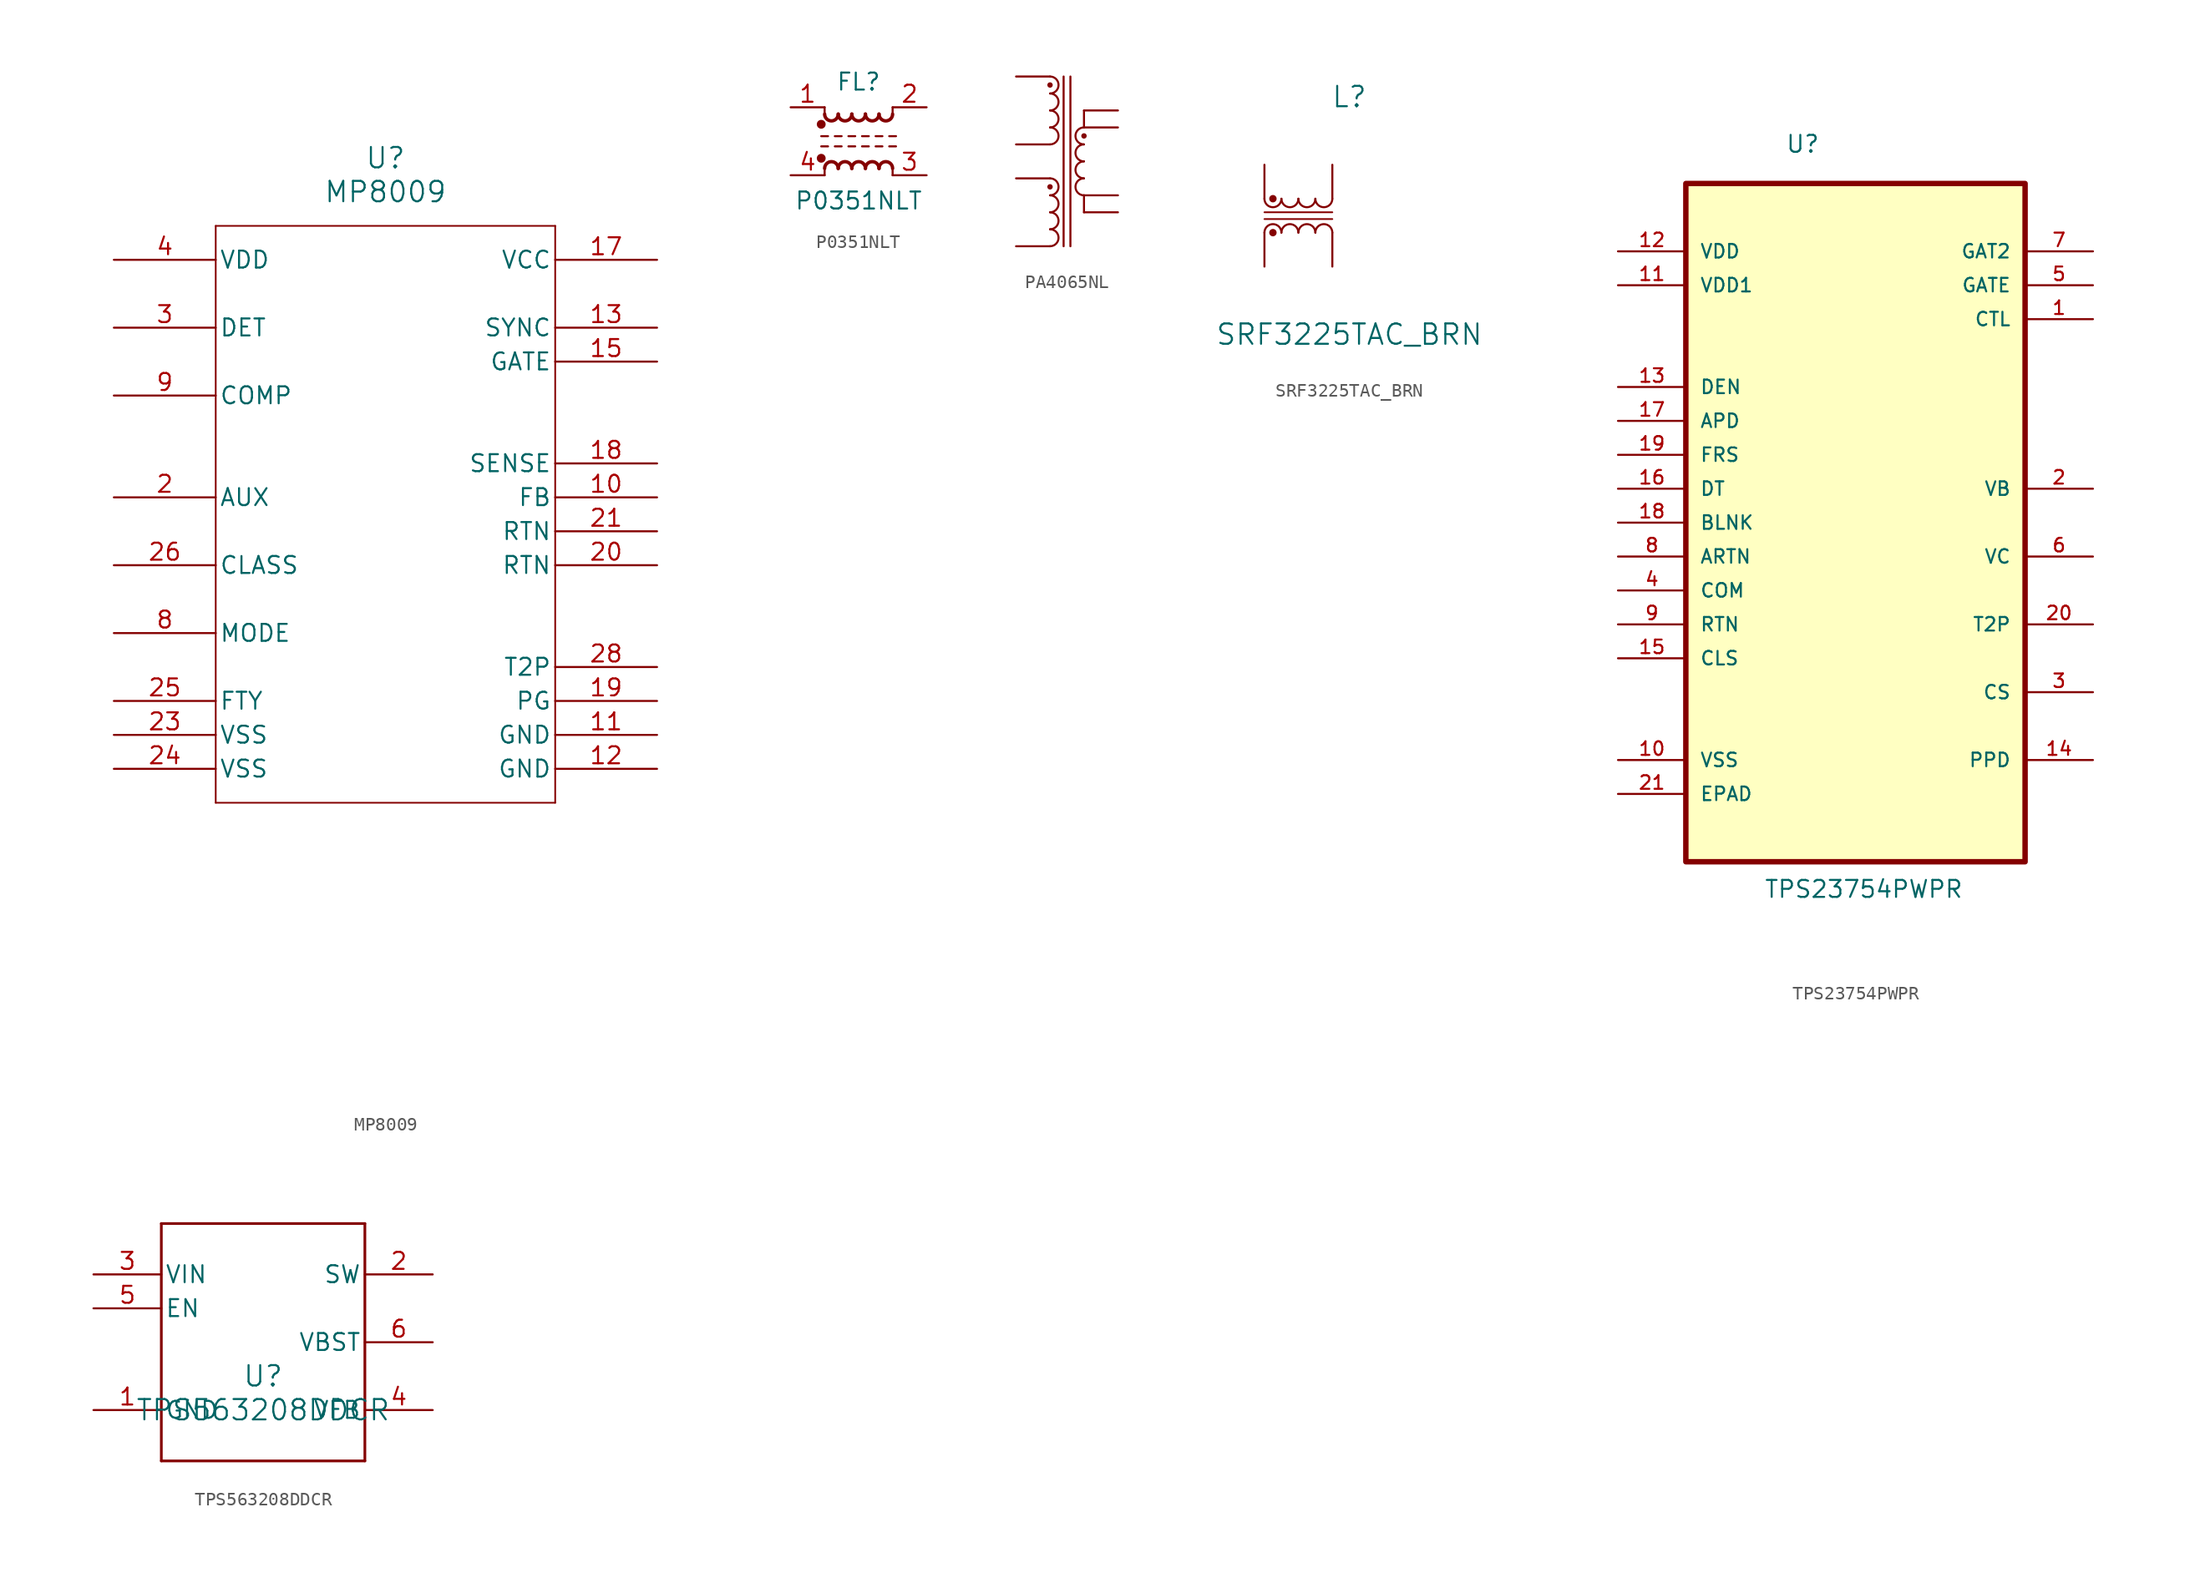
<source format=kicad_sym>
(kicad_symbol_lib
  (version 20241209)
  (generator "kicad_symbol_editor")
  (generator_version "9.0")
  (symbol "MP8009"
    (pin_names
      (offset 0.254))
    (property "Reference" "U"
      (at 20.32 10.16 0)
      (effects (font (size 1.524 1.524))))
    (property "Value" "MP8009"
      (at 20.32 7.62 0)
      (effects (font (size 1.524 1.524))))
    (symbol "MP8009_0_1"
      (polyline (pts (xy 7.62 5.08) (xy 7.62 -38.1)) (stroke (width 0.127) (type default)) (fill (type none)))
      (polyline (pts (xy 7.62 -38.1) (xy 33.02 -38.1)) (stroke (width 0.127) (type default)) (fill (type none)))
      (polyline (pts (xy 33.02 5.08) (xy 7.62 5.08)) (stroke (width 0.127) (type default)) (fill (type none)))
      (polyline (pts (xy 33.02 -38.1) (xy 33.02 5.08)) (stroke (width 0.127) (type default)) (fill (type none)))
      (pin power_in line (at 0 2.54 0) (length 7.62) (name "VDD" (effects (font (size 1.27 1.27)))) (number "4" (effects (font (size 1.27 1.27)))))
      (pin unspecified line (at 0 -2.54 0) (length 7.62) (name "DET" (effects (font (size 1.27 1.27)))) (number "3" (effects (font (size 1.27 1.27)))))
      (pin output line (at 0 -7.62 0) (length 7.62) (name "COMP" (effects (font (size 1.27 1.27)))) (number "9" (effects (font (size 1.27 1.27)))))
      (pin unspecified line (at 0 -15.24 0) (length 7.62) (name "AUX" (effects (font (size 1.27 1.27)))) (number "2" (effects (font (size 1.27 1.27)))))
      (pin unspecified line (at 0 -25.4 0) (length 7.62) (name "MODE" (effects (font (size 1.27 1.27)))) (number "8" (effects (font (size 1.27 1.27)))))
      (pin power_in line (at 40.64 2.54 180) (length 7.62) (name "VCC" (effects (font (size 1.27 1.27)))) (number "17" (effects (font (size 1.27 1.27)))))
      (pin unspecified line (at 40.64 -5.08 180) (length 7.62) (name "GATE" (effects (font (size 1.27 1.27)))) (number "15" (effects (font (size 1.27 1.27)))))
      (pin unspecified line (at 40.64 -12.7 180) (length 7.62) (name "SENSE" (effects (font (size 1.27 1.27)))) (number "18" (effects (font (size 1.27 1.27)))))
      (pin unspecified line (at 40.64 -17.78 180) (length 7.62) (name "RTN" (effects (font (size 1.27 1.27)))) (number "21" (effects (font (size 1.27 1.27)))))
      (pin unspecified line (at 40.64 -20.32 180) (length 7.62) (name "RTN" (effects (font (size 1.27 1.27)))) (number "20" (effects (font (size 1.27 1.27)))))
      (pin output line (at 40.64 -27.94 180) (length 7.62) (name "T2P" (effects (font (size 1.27 1.27)))) (number "28" (effects (font (size 1.27 1.27)))))
      (pin unspecified line (at 40.64 -30.48 180) (length 7.62) (name "PG" (effects (font (size 1.27 1.27)))) (number "19" (effects (font (size 1.27 1.27))))))
    (symbol "MP8009_1_1"
      (pin unspecified line (at 0 -20.32 0) (length 7.62) (name "CLASS" (effects (font (size 1.27 1.27)))) (number "26" (effects (font (size 1.27 1.27)))))
      (pin unspecified line (at 0 -30.48 0) (length 7.62) (name "FTY" (effects (font (size 1.27 1.27)))) (number "25" (effects (font (size 1.27 1.27)))))
      (pin power_in line (at 0 -33.02 0) (length 7.62) (name "VSS" (effects (font (size 1.27 1.27)))) (number "23" (effects (font (size 1.27 1.27)))))
      (pin power_in line (at 0 -35.56 0) (length 7.62) (name "VSS" (effects (font (size 1.27 1.27)))) (number "24" (effects (font (size 1.27 1.27)))))
      (pin no_connect line (at 2.54 -44.45 0) (length 7.62) (hide yes) (name "NC" (effects (font (size 1.27 1.27)))) (number "5" (effects (font (size 1.27 1.27)))))
      (pin no_connect line (at 2.54 -46.99 0) (length 7.62) (hide yes) (name "NC" (effects (font (size 1.27 1.27)))) (number "6" (effects (font (size 1.27 1.27)))))
      (pin no_connect line (at 2.54 -49.53 0) (length 7.62) (hide yes) (name "NC" (effects (font (size 1.27 1.27)))) (number "7" (effects (font (size 1.27 1.27)))))
      (pin no_connect line (at 2.54 -52.07 0) (length 7.62) (hide yes) (name "NC" (effects (font (size 1.27 1.27)))) (number "14" (effects (font (size 1.27 1.27)))))
      (pin no_connect line (at 2.54 -54.61 0) (length 7.62) (hide yes) (name "NC" (effects (font (size 1.27 1.27)))) (number "1" (effects (font (size 1.27 1.27)))))
      (pin no_connect line (at 39.37 -44.45 180) (length 7.62) (hide yes) (name "NC" (effects (font (size 1.27 1.27)))) (number "16" (effects (font (size 1.27 1.27)))))
      (pin no_connect line (at 39.37 -46.99 180) (length 7.62) (hide yes) (name "NC" (effects (font (size 1.27 1.27)))) (number "22" (effects (font (size 1.27 1.27)))))
      (pin no_connect line (at 39.37 -49.53 180) (length 7.62) (hide yes) (name "NC" (effects (font (size 1.27 1.27)))) (number "27" (effects (font (size 1.27 1.27)))))
      (pin unspecified line (at 40.64 -2.54 180) (length 7.62) (name "SYNC" (effects (font (size 1.27 1.27)))) (number "13" (effects (font (size 1.27 1.27)))))
      (pin unspecified line (at 40.64 -15.24 180) (length 7.62) (name "FB" (effects (font (size 1.27 1.27)))) (number "10" (effects (font (size 1.27 1.27)))))
      (pin power_in line (at 40.64 -33.02 180) (length 7.62) (name "GND" (effects (font (size 1.27 1.27)))) (number "11" (effects (font (size 1.27 1.27)))))
      (pin power_in line (at 40.64 -35.56 180) (length 7.62) (name "GND" (effects (font (size 1.27 1.27)))) (number "12" (effects (font (size 1.27 1.27)))))))
  (symbol "P0351NLT"
    (pin_names
      (offset 0.254)
      (hide yes))
    (property "Reference" "FL"
      (at 0 4.445 0)
      (effects (font (size 1.27 1.27))))
    (property "Value" "P0351NLT"
      (at 0 -4.445 0)
      (effects (font (size 1.27 1.27))))
    (symbol "P0351NLT_0_1"
      (circle (center -2.794 1.27) (radius 0.254) (stroke (width 0) (type default)) (fill (type outline)))
      (polyline (pts (xy -2.794 0.381) (xy -2.286 0.381)) (stroke (width 0) (type default)) (fill (type none)))
      (polyline (pts (xy -2.794 -0.381) (xy -2.286 -0.381)) (stroke (width 0) (type default)) (fill (type none)))
      (circle (center -2.794 -1.27) (radius 0.254) (stroke (width 0) (type default)) (fill (type outline)))
      (polyline (pts (xy -2.54 2.032) (xy -2.54 2.54)) (stroke (width 0) (type default)) (fill (type none)))
      (polyline (pts (xy -2.54 -2.032) (xy -2.54 -2.54)) (stroke (width 0) (type default)) (fill (type none)))
      (arc (start -1.524 2.032) (mid -2.032 1.5262) (end -2.54 2.032) (stroke (width 0.254) (type default)) (fill (type none)))
      (arc (start -2.54 -2.032) (mid -2.032 -1.5262) (end -1.524 -2.032) (stroke (width 0.254) (type default)) (fill (type none)))
      (polyline (pts (xy -1.778 0.381) (xy -1.27 0.381)) (stroke (width 0) (type default)) (fill (type none)))
      (polyline (pts (xy -1.778 -0.381) (xy -1.27 -0.381)) (stroke (width 0) (type default)) (fill (type none)))
      (arc (start -0.508 2.032) (mid -1.016 1.5262) (end -1.524 2.032) (stroke (width 0.254) (type default)) (fill (type none)))
      (arc (start -1.524 -2.032) (mid -1.016 -1.5262) (end -0.508 -2.032) (stroke (width 0.254) (type default)) (fill (type none)))
      (polyline (pts (xy -0.762 0.381) (xy -0.254 0.381)) (stroke (width 0) (type default)) (fill (type none)))
      (polyline (pts (xy -0.762 -0.381) (xy -0.254 -0.381)) (stroke (width 0) (type default)) (fill (type none)))
      (arc (start 0.508 2.032) (mid 0 1.5262) (end -0.508 2.032) (stroke (width 0.254) (type default)) (fill (type none)))
      (arc (start -0.508 -2.032) (mid 0 -1.5262) (end 0.508 -2.032) (stroke (width 0.254) (type default)) (fill (type none)))
      (polyline (pts (xy 0.254 0.381) (xy 0.762 0.381)) (stroke (width 0) (type default)) (fill (type none)))
      (polyline (pts (xy 0.254 -0.381) (xy 0.762 -0.381)) (stroke (width 0) (type default)) (fill (type none)))
      (arc (start 1.524 2.032) (mid 1.016 1.5262) (end 0.508 2.032) (stroke (width 0.254) (type default)) (fill (type none)))
      (arc (start 0.508 -2.032) (mid 1.016 -1.5262) (end 1.524 -2.032) (stroke (width 0.254) (type default)) (fill (type none)))
      (polyline (pts (xy 1.27 0.381) (xy 1.778 0.381)) (stroke (width 0) (type default)) (fill (type none)))
      (polyline (pts (xy 1.27 -0.381) (xy 1.778 -0.381)) (stroke (width 0) (type default)) (fill (type none)))
      (arc (start 2.54 2.032) (mid 2.032 1.5262) (end 1.524 2.032) (stroke (width 0.254) (type default)) (fill (type none)))
      (arc (start 1.524 -2.032) (mid 2.032 -1.5262) (end 2.54 -2.032) (stroke (width 0.254) (type default)) (fill (type none)))
      (polyline (pts (xy 2.286 0.381) (xy 2.794 0.381)) (stroke (width 0) (type default)) (fill (type none)))
      (polyline (pts (xy 2.286 -0.381) (xy 2.794 -0.381)) (stroke (width 0) (type default)) (fill (type none)))
      (polyline (pts (xy 2.54 2.54) (xy 2.54 2.032)) (stroke (width 0) (type default)) (fill (type none)))
      (polyline (pts (xy 2.54 -2.032) (xy 2.54 -2.54)) (stroke (width 0) (type default)) (fill (type none))))
    (symbol "P0351NLT_1_1"
      (pin passive line (at -5.08 2.54 0) (length 2.54) (name "1" (effects (font (size 1.27 1.27)))) (number "1" (effects (font (size 1.27 1.27)))))
      (pin passive line (at -5.08 -2.54 0) (length 2.54) (name "4" (effects (font (size 1.27 1.27)))) (number "4" (effects (font (size 1.27 1.27)))))
      (pin passive line (at 5.08 2.54 180) (length 2.54) (name "2" (effects (font (size 1.27 1.27)))) (number "2" (effects (font (size 1.27 1.27)))))
      (pin passive line (at 5.08 -2.54 180) (length 2.54) (name "3" (effects (font (size 1.27 1.27)))) (number "3" (effects (font (size 1.27 1.27)))))))
  (symbol "PA4065NL"
    (pin_numbers
      (hide yes))
    (pin_names
      (offset 0)
      (hide yes))
    (property "Reference" "T"
      (at 0 2.54 0)
      (effects (font (size 1.27 1.27)) (justify left top) (hide yes)))
    (symbol "PA4065NL_0_1"
      (arc (start 2.5427 0) (mid 3.175 -0.635) (end 2.5427 -1.27) (stroke (width 0) (type default)) (fill (type none)))
      (arc (start 2.5427 -1.27) (mid 3.175 -1.905) (end 2.5427 -2.54) (stroke (width 0) (type default)) (fill (type none)))
      (arc (start 2.5427 -2.54) (mid 3.175 -3.175) (end 2.5427 -3.81) (stroke (width 0) (type default)) (fill (type none)))
      (arc (start 2.5427 -3.81) (mid 3.175 -4.445) (end 2.5427 -5.08) (stroke (width 0) (type default)) (fill (type none)))
      (arc (start 2.5427 -7.62) (mid 3.175 -8.255) (end 2.5427 -8.89) (stroke (width 0) (type default)) (fill (type none)))
      (arc (start 2.5427 -8.89) (mid 3.175 -9.525) (end 2.5427 -10.16) (stroke (width 0) (type default)) (fill (type none)))
      (arc (start 2.5427 -10.16) (mid 3.175 -10.795) (end 2.5427 -11.43) (stroke (width 0) (type default)) (fill (type none)))
      (arc (start 2.5427 -11.43) (mid 3.175 -12.065) (end 2.5427 -12.7) (stroke (width 0) (type default)) (fill (type none)))
      (polyline (pts (xy 3.556 -12.7) (xy 3.556 0)) (stroke (width 0) (type default)) (fill (type none)))
      (polyline (pts (xy 4.064 -12.7) (xy 4.064 0)) (stroke (width 0) (type default)) (fill (type none)))
      (arc (start 5.0773 -5.08) (mid 4.445 -4.445) (end 5.0773 -3.81) (stroke (width 0) (type default)) (fill (type none)))
      (arc (start 5.0773 -6.35) (mid 4.445 -5.715) (end 5.0773 -5.08) (stroke (width 0) (type default)) (fill (type none)))
      (arc (start 5.0773 -7.62) (mid 4.445 -6.985) (end 5.0773 -6.35) (stroke (width 0) (type default)) (fill (type none)))
      (arc (start 5.0773 -8.89) (mid 4.445 -8.255) (end 5.0773 -7.62) (stroke (width 0) (type default)) (fill (type none))))
    (symbol "PA4065NL_1_1"
      (circle (center 2.54 -0.635) (radius 0.127) (stroke (width 0) (type solid)) (fill (type outline)))
      (circle (center 2.54 -8.255) (radius 0.127) (stroke (width 0) (type solid)) (fill (type outline)))
      (polyline (pts (xy 5.08 -3.81) (xy 5.08 -2.54)) (stroke (width 0) (type default)) (fill (type none)))
      (circle (center 5.08 -4.445) (radius 0.127) (stroke (width 0) (type solid)) (fill (type outline)))
      (polyline (pts (xy 5.08 -10.16) (xy 5.08 -8.89)) (stroke (width 0) (type default)) (fill (type none)))
      (pin passive line (at 0 0 0) (length 2.54) (name "1" (effects (font (size 1.27 1.27)))) (number "1" (effects (font (size 1.27 1.27)))))
      (pin passive line (at 0 -5.08 0) (length 2.54) (name "2" (effects (font (size 1.27 1.27)))) (number "2" (effects (font (size 1.27 1.27)))))
      (pin no_connect line (at 0 -6.35 0) (length 2.54) (hide yes) (name "3" (effects (font (size 1.27 1.27)))) (number "3" (effects (font (size 1.27 1.27)))))
      (pin passive line (at 0 -7.62 0) (length 2.54) (name "4" (effects (font (size 1.27 1.27)))) (number "4" (effects (font (size 1.27 1.27)))))
      (pin passive line (at 0 -12.7 0) (length 2.54) (name "5" (effects (font (size 1.27 1.27)))) (number "5" (effects (font (size 1.27 1.27)))))
      (pin passive line (at 7.62 -2.54 180) (length 2.54) (name "6" (effects (font (size 1.27 1.27)))) (number "6" (effects (font (size 1.27 1.27)))))
      (pin passive line (at 7.62 -3.81 180) (length 2.54) (name "7" (effects (font (size 1.27 1.27)))) (number "7" (effects (font (size 1.27 1.27)))))
      (pin no_connect line (at 7.62 -6.35 180) (length 2.54) (hide yes) (name "8" (effects (font (size 1.27 1.27)))) (number "8" (effects (font (size 1.27 1.27)))))
      (pin passive line (at 7.62 -8.89 180) (length 2.54) (name "9" (effects (font (size 1.27 1.27)))) (number "9" (effects (font (size 1.27 1.27)))))
      (pin passive line (at 7.62 -10.16 180) (length 2.54) (name "10" (effects (font (size 1.27 1.27)))) (number "10" (effects (font (size 1.27 1.27)))))))
  (symbol "SRF3225TAC_BRN"
    (pin_numbers
      (hide yes))
    (pin_names
      (offset 0)
      (hide yes))
    (property "Reference" "L"
      (at 10.16 5.08 0)
      (effects (font (size 1.524 1.524))))
    (property "Value" "SRF3225TAC_BRN"
      (at 10.16 -12.7 0)
      (effects (font (size 1.524 1.524))))
    (symbol "SRF3225TAC_BRN_0_1"
      (polyline (pts (xy 3.81 -3.556) (xy 8.89 -3.556)) (stroke (width 0.127) (type default)) (fill (type none)))
      (polyline (pts (xy 3.81 -4.064) (xy 8.89 -4.064)) (stroke (width 0.127) (type default)) (fill (type none)))
      (arc (start 5.08 -2.5427) (mid 4.445 -3.175) (end 3.81 -2.5427) (stroke (width 0) (type default)) (fill (type none)))
      (arc (start 3.81 -5.0773) (mid 4.445 -4.445) (end 5.08 -5.0773) (stroke (width 0) (type default)) (fill (type none)))
      (arc (start 6.35 -2.5427) (mid 5.715 -3.175) (end 5.08 -2.5427) (stroke (width 0) (type default)) (fill (type none)))
      (arc (start 5.08 -5.0773) (mid 5.715 -4.445) (end 6.35 -5.0773) (stroke (width 0) (type default)) (fill (type none)))
      (arc (start 7.62 -2.5427) (mid 6.985 -3.175) (end 6.35 -2.5427) (stroke (width 0) (type default)) (fill (type none)))
      (arc (start 6.35 -5.0773) (mid 6.985 -4.445) (end 7.62 -5.0773) (stroke (width 0) (type default)) (fill (type none)))
      (arc (start 8.89 -2.5427) (mid 8.255 -3.175) (end 7.62 -2.5427) (stroke (width 0) (type default)) (fill (type none)))
      (arc (start 7.62 -5.0773) (mid 8.255 -4.445) (end 8.89 -5.0773) (stroke (width 0) (type default)) (fill (type none))))
    (symbol "SRF3225TAC_BRN_1_1"
      (circle (center 4.445 -2.54) (radius 0.203) (stroke (width 0) (type solid)) (fill (type outline)))
      (circle (center 4.445 -5.08) (radius 0.203) (stroke (width 0) (type solid)) (fill (type outline)))
      (pin passive line (at 3.81 0 270) (length 2.54) (name "1" (effects (font (size 1.27 1.27)))) (number "1" (effects (font (size 1.27 1.27)))))
      (pin passive line (at 3.81 -7.62 90) (length 2.54) (name "4" (effects (font (size 1.27 1.27)))) (number "4" (effects (font (size 1.27 1.27)))))
      (pin passive line (at 8.89 0 270) (length 2.54) (name "2" (effects (font (size 1.27 1.27)))) (number "2" (effects (font (size 1.27 1.27)))))
      (pin passive line (at 8.89 -7.62 90) (length 2.54) (name "3" (effects (font (size 1.27 1.27)))) (number "3" (effects (font (size 1.27 1.27)))))))
  (symbol "TPS23754PWPR"
    (pin_names
      (offset 1.016))
    (property "Reference" "U"
      (at -5.258 27.61 0)
      (effects (font (size 1.27 1.27)) (justify left bottom)))
    (property "Value" "TPS23754PWPR"
      (at -6.858 -28.194 0)
      (effects (font (size 1.27 1.27)) (justify left bottom)))
    (symbol "TPS23754PWPR_0_0"
      (rectangle (start -12.7 25.4) (end 12.7 -25.4) (stroke (width 0.406) (type default)) (fill (type background)))
      (pin power_in line (at -17.78 20.32 0) (length 5.08) (name "VDD" (effects (font (size 1.016 1.016)))) (number "12" (effects (font (size 1.016 1.016)))))
      (pin power_in line (at -17.78 17.78 0) (length 5.08) (name "VDD1" (effects (font (size 1.016 1.016)))) (number "11" (effects (font (size 1.016 1.016)))))
      (pin bidirectional line (at -17.78 10.16 0) (length 5.08) (name "DEN" (effects (font (size 1.016 1.016)))) (number "13" (effects (font (size 1.016 1.016)))))
      (pin input line (at -17.78 7.62 0) (length 5.08) (name "APD" (effects (font (size 1.016 1.016)))) (number "17" (effects (font (size 1.016 1.016)))))
      (pin input line (at -17.78 5.08 0) (length 5.08) (name "FRS" (effects (font (size 1.016 1.016)))) (number "19" (effects (font (size 1.016 1.016)))))
      (pin input line (at -17.78 2.54 0) (length 5.08) (name "DT" (effects (font (size 1.016 1.016)))) (number "16" (effects (font (size 1.016 1.016)))))
      (pin input line (at -17.78 0 0) (length 5.08) (name "BLNK" (effects (font (size 1.016 1.016)))) (number "18" (effects (font (size 1.016 1.016)))))
      (pin passive line (at -17.78 -2.54 0) (length 5.08) (name "ARTN" (effects (font (size 1.016 1.016)))) (number "8" (effects (font (size 1.016 1.016)))))
      (pin passive line (at -17.78 -5.08 0) (length 5.08) (name "COM" (effects (font (size 1.016 1.016)))) (number "4" (effects (font (size 1.016 1.016)))))
      (pin passive line (at -17.78 -7.62 0) (length 5.08) (name "RTN" (effects (font (size 1.016 1.016)))) (number "9" (effects (font (size 1.016 1.016)))))
      (pin power_in line (at -17.78 -17.78 0) (length 5.08) (name "VSS" (effects (font (size 1.016 1.016)))) (number "10" (effects (font (size 1.016 1.016)))))
      (pin passive line (at -17.78 -20.32 0) (length 5.08) (name "EPAD" (effects (font (size 1.016 1.016)))) (number "21" (effects (font (size 1.016 1.016)))))
      (pin output line (at 17.78 20.32 180) (length 5.08) (name "GAT2" (effects (font (size 1.016 1.016)))) (number "7" (effects (font (size 1.016 1.016)))))
      (pin output line (at 17.78 17.78 180) (length 5.08) (name "GATE" (effects (font (size 1.016 1.016)))) (number "5" (effects (font (size 1.016 1.016)))))
      (pin passive line (at 17.78 2.54 180) (length 5.08) (name "VB" (effects (font (size 1.016 1.016)))) (number "2" (effects (font (size 1.016 1.016)))))
      (pin bidirectional line (at 17.78 -2.54 180) (length 5.08) (name "VC" (effects (font (size 1.016 1.016)))) (number "6" (effects (font (size 1.016 1.016)))))
      (pin output line (at 17.78 -7.62 180) (length 5.08) (name "T2P" (effects (font (size 1.016 1.016)))) (number "20" (effects (font (size 1.016 1.016))))))
    (symbol "TPS23754PWPR_1_0"
      (pin input line (at -17.78 -10.16 0) (length 5.08) (name "CLS" (effects (font (size 1.016 1.016)))) (number "15" (effects (font (size 1.016 1.016)))))
      (pin input line (at 17.78 15.24 180) (length 5.08) (name "CTL" (effects (font (size 1.016 1.016)))) (number "1" (effects (font (size 1.016 1.016)))))
      (pin bidirectional line (at 17.78 -12.7 180) (length 5.08) (name "CS" (effects (font (size 1.016 1.016)))) (number "3" (effects (font (size 1.016 1.016)))))
      (pin input line (at 17.78 -17.78 180) (length 5.08) (name "PPD" (effects (font (size 1.016 1.016)))) (number "14" (effects (font (size 1.016 1.016)))))))
  (symbol "TPS563208DDCR"
    (pin_names
      (offset 0.254))
    (property "Reference" "U"
      (at 0 -2.54 0)
      (effects (font (size 1.524 1.524))))
    (property "Value" "TPS563208DDCR"
      (at 0 -5.08 0)
      (effects (font (size 1.524 1.524))))
    (symbol "TPS563208DDCR_0_1"
      (polyline (pts (xy -7.62 8.89) (xy -7.62 -8.89)) (stroke (width 0.203) (type default)) (fill (type none)))
      (polyline (pts (xy -7.62 -8.89) (xy 7.62 -8.89)) (stroke (width 0.203) (type default)) (fill (type none)))
      (polyline (pts (xy 7.62 8.89) (xy -7.62 8.89)) (stroke (width 0.203) (type default)) (fill (type none)))
      (polyline (pts (xy 7.62 -8.89) (xy 7.62 8.89)) (stroke (width 0.203) (type default)) (fill (type none)))
      (pin power_in line (at -12.7 5.08 0) (length 5.08) (name "VIN" (effects (font (size 1.27 1.27)))) (number "3" (effects (font (size 1.27 1.27)))))
      (pin input line (at -12.7 2.54 0) (length 5.08) (name "EN" (effects (font (size 1.27 1.27)))) (number "5" (effects (font (size 1.27 1.27)))))
      (pin power_in line (at 12.7 5.08 180) (length 5.08) (name "SW" (effects (font (size 1.27 1.27)))) (number "2" (effects (font (size 1.27 1.27)))))
      (pin power_in line (at 12.7 0 180) (length 5.08) (name "VBST" (effects (font (size 1.27 1.27)))) (number "6" (effects (font (size 1.27 1.27)))))
      (pin input line (at 12.7 -5.08 180) (length 5.08) (name "VFB" (effects (font (size 1.27 1.27)))) (number "4" (effects (font (size 1.27 1.27))))))
    (symbol "TPS563208DDCR_1_1"
      (pin power_in line (at -12.7 -5.08 0) (length 5.08) (name "GND" (effects (font (size 1.27 1.27)))) (number "1" (effects (font (size 1.27 1.27))))))))
</source>
